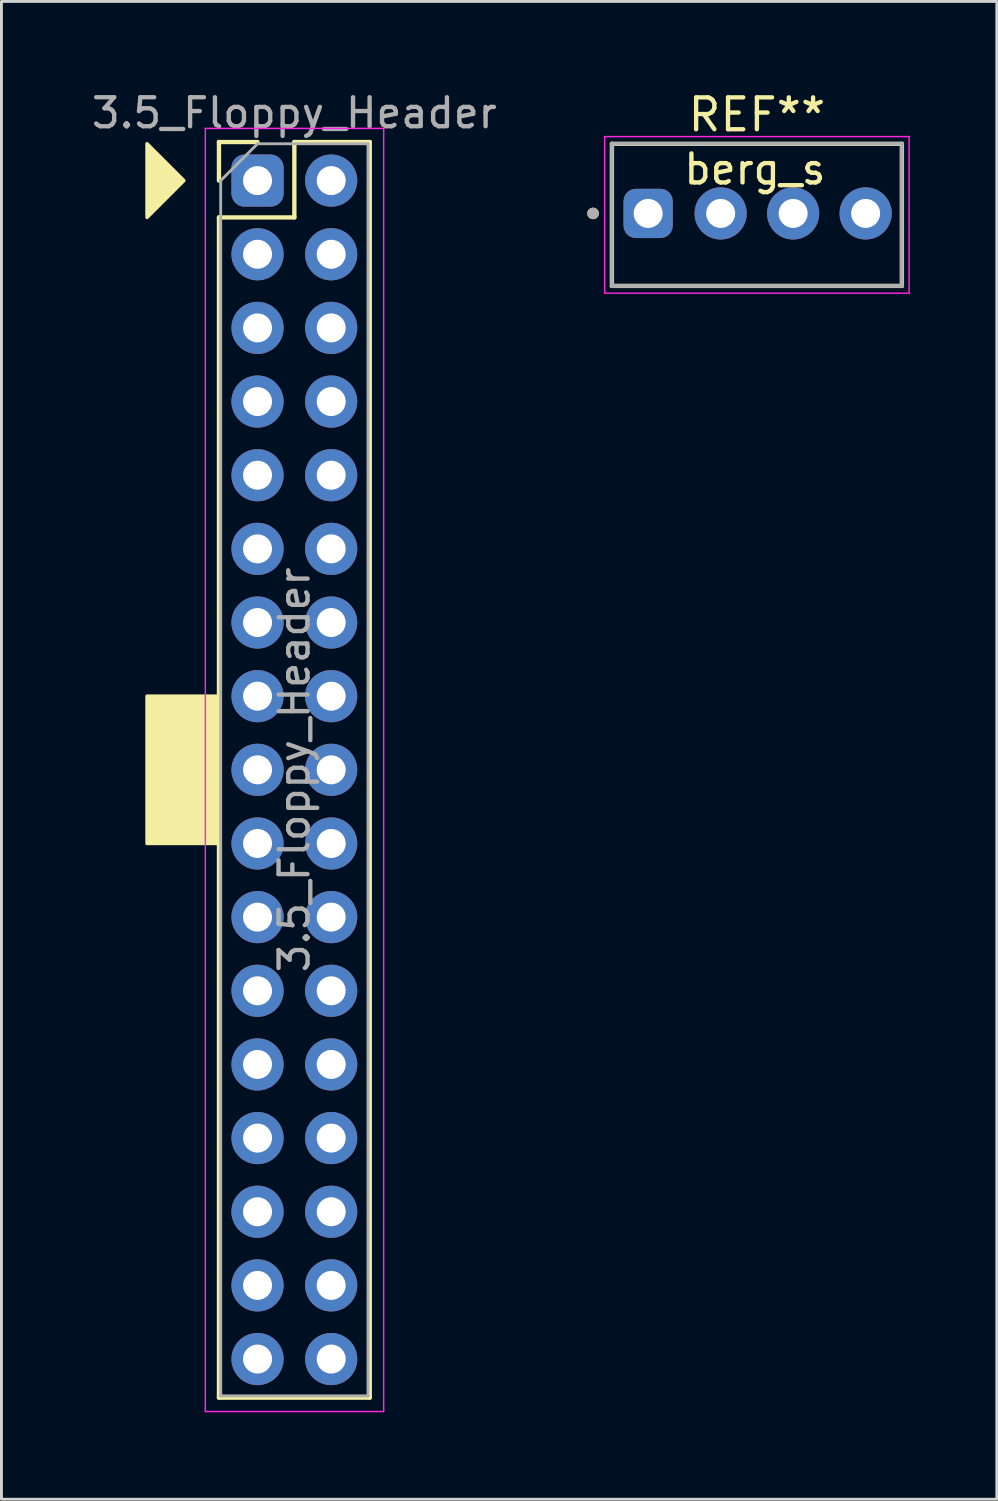
<source format=kicad_pcb>
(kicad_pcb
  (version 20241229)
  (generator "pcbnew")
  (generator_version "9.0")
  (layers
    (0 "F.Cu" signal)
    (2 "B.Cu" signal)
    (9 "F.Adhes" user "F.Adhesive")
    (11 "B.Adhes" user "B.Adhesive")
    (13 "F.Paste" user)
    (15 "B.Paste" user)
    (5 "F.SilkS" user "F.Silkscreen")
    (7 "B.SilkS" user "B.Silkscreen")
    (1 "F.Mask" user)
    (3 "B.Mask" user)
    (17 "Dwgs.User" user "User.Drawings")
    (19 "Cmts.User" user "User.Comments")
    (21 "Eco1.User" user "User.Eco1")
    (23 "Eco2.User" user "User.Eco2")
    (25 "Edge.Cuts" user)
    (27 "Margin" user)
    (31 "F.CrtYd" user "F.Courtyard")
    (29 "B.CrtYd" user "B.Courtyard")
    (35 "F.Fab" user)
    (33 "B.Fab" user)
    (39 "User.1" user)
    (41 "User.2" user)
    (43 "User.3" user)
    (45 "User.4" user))
  (footprint "3.5_Floppy_Header"
    (layer "F.Cu")
    (at 5.831 3.178)
    (property "Reference" "3.5_Floppy_Header" (at 1.27 -2.33 0) (layer "F.Fab") (effects (font (size 1 1) (thickness 0.15))))
    (attr through_hole)
    (fp_line (start -1.33 -1.33) (end 0 -1.33) (stroke (width 0.15) (type solid)) (layer "F.SilkS"))
    (fp_line (start -1.33 0) (end -1.33 -1.33) (stroke (width 0.15) (type solid)) (layer "F.SilkS"))
    (fp_line (start -1.33 1.27) (end -1.33 41.97) (stroke (width 0.15) (type solid)) (layer "F.SilkS"))
    (fp_line (start -1.33 1.27) (end 1.27 1.27) (stroke (width 0.15) (type solid)) (layer "F.SilkS"))
    (fp_line (start -1.33 41.97) (end 3.87 41.97) (stroke (width 0.15) (type solid)) (layer "F.SilkS"))
    (fp_line (start 1.27 -1.33) (end 3.87 -1.33) (stroke (width 0.15) (type solid)) (layer "F.SilkS"))
    (fp_line (start 1.27 1.27) (end 1.27 -1.33) (stroke (width 0.15) (type solid)) (layer "F.SilkS"))
    (fp_line (start 3.87 -1.33) (end 3.87 41.97) (stroke (width 0.15) (type solid)) (layer "F.SilkS"))
    (fp_poly (pts (xy -2.54 0) (xy -3.81 1.27) (xy -3.81 -1.27)) (stroke (width 0.12) (type solid)) (fill yes) (layer "F.SilkS"))
    (fp_poly (pts (xy -1.321 22.86) (xy -3.81 22.86) (xy -3.81 17.78) (xy -1.321 17.78)) (stroke (width 0.12) (type solid)) (fill yes) (layer "F.SilkS"))
    (fp_line (start -1.8 -1.8) (end -1.8 42.45) (stroke (width 0.05) (type solid)) (layer "F.CrtYd"))
    (fp_line (start -1.8 42.45) (end 4.35 42.45) (stroke (width 0.05) (type solid)) (layer "F.CrtYd"))
    (fp_line (start 4.35 -1.8) (end -1.8 -1.8) (stroke (width 0.05) (type solid)) (layer "F.CrtYd"))
    (fp_line (start 4.35 42.45) (end 4.35 -1.8) (stroke (width 0.05) (type solid)) (layer "F.CrtYd"))
    (fp_line (start -1.27 0) (end 0 -1.27) (stroke (width 0.1) (type solid)) (layer "F.Fab"))
    (fp_line (start -1.27 41.91) (end -1.27 0) (stroke (width 0.1) (type solid)) (layer "F.Fab"))
    (fp_line (start 0 -1.27) (end 3.81 -1.27) (stroke (width 0.1) (type solid)) (layer "F.Fab"))
    (fp_line (start 3.81 -1.27) (end 3.81 41.91) (stroke (width 0.1) (type solid)) (layer "F.Fab"))
    (fp_line (start 3.81 41.91) (end -1.27 41.91) (stroke (width 0.1) (type solid)) (layer "F.Fab"))
    (fp_text user "${REFERENCE}" (at 1.27 20.32 90) (layer "F.Fab") (effects (font (size 1 1) (thickness 0.15))))
    (pad "1" thru_hole roundrect (at 0 0) (size 1.8 1.8) (drill 1) (layers "*.Cu" "*.Mask") (roundrect_rratio 0.25))
    (pad "2" thru_hole oval (at 2.54 0) (size 1.8 1.8) (drill 1) (layers "*.Cu" "*.Mask"))
    (pad "3" thru_hole oval (at 0 2.54) (size 1.8 1.8) (drill 1) (layers "*.Cu" "*.Mask"))
    (pad "4" thru_hole oval (at 2.54 2.54) (size 1.8 1.8) (drill 1) (layers "*.Cu" "*.Mask"))
    (pad "5" thru_hole oval (at 0 5.08) (size 1.8 1.8) (drill 1) (layers "*.Cu" "*.Mask"))
    (pad "6" thru_hole oval (at 2.54 5.08) (size 1.8 1.8) (drill 1) (layers "*.Cu" "*.Mask"))
    (pad "7" thru_hole oval (at 0 7.62) (size 1.8 1.8) (drill 1) (layers "*.Cu" "*.Mask"))
    (pad "8" thru_hole oval (at 2.54 7.62) (size 1.8 1.8) (drill 1) (layers "*.Cu" "*.Mask"))
    (pad "9" thru_hole oval (at 0 10.16) (size 1.8 1.8) (drill 1) (layers "*.Cu" "*.Mask"))
    (pad "10" thru_hole oval (at 2.54 10.16) (size 1.8 1.8) (drill 1) (layers "*.Cu" "*.Mask"))
    (pad "11" thru_hole oval (at 0 12.7) (size 1.8 1.8) (drill 1) (layers "*.Cu" "*.Mask"))
    (pad "12" thru_hole oval (at 2.54 12.7) (size 1.8 1.8) (drill 1) (layers "*.Cu" "*.Mask"))
    (pad "13" thru_hole oval (at 0 15.24) (size 1.8 1.8) (drill 1) (layers "*.Cu" "*.Mask"))
    (pad "14" thru_hole oval (at 2.54 15.24) (size 1.8 1.8) (drill 1) (layers "*.Cu" "*.Mask"))
    (pad "15" thru_hole oval (at 0 17.78) (size 1.8 1.8) (drill 1) (layers "*.Cu" "*.Mask"))
    (pad "16" thru_hole oval (at 2.54 17.78) (size 1.8 1.8) (drill 1) (layers "*.Cu" "*.Mask"))
    (pad "17" thru_hole oval (at 0 20.32) (size 1.8 1.8) (drill 1) (layers "*.Cu" "*.Mask"))
    (pad "18" thru_hole oval (at 2.54 20.32) (size 1.8 1.8) (drill 1) (layers "*.Cu" "*.Mask"))
    (pad "19" thru_hole oval (at 0 22.86) (size 1.8 1.8) (drill 1) (layers "*.Cu" "*.Mask"))
    (pad "20" thru_hole oval (at 2.54 22.86) (size 1.8 1.8) (drill 1) (layers "*.Cu" "*.Mask"))
    (pad "21" thru_hole oval (at 0 25.4) (size 1.8 1.8) (drill 1) (layers "*.Cu" "*.Mask"))
    (pad "22" thru_hole oval (at 2.54 25.4) (size 1.8 1.8) (drill 1) (layers "*.Cu" "*.Mask"))
    (pad "23" thru_hole oval (at 0 27.94) (size 1.8 1.8) (drill 1) (layers "*.Cu" "*.Mask"))
    (pad "24" thru_hole oval (at 2.54 27.94) (size 1.8 1.8) (drill 1) (layers "*.Cu" "*.Mask"))
    (pad "25" thru_hole oval (at 0 30.48) (size 1.8 1.8) (drill 1) (layers "*.Cu" "*.Mask"))
    (pad "26" thru_hole oval (at 2.54 30.48) (size 1.8 1.8) (drill 1) (layers "*.Cu" "*.Mask"))
    (pad "27" thru_hole oval (at 0 33.02) (size 1.8 1.8) (drill 1) (layers "*.Cu" "*.Mask"))
    (pad "28" thru_hole oval (at 2.54 33.02) (size 1.8 1.8) (drill 1) (layers "*.Cu" "*.Mask"))
    (pad "29" thru_hole oval (at 0 35.56) (size 1.8 1.8) (drill 1) (layers "*.Cu" "*.Mask"))
    (pad "30" thru_hole oval (at 2.54 35.56) (size 1.8 1.8) (drill 1) (layers "*.Cu" "*.Mask"))
    (pad "31" thru_hole oval (at 0 38.1) (size 1.8 1.8) (drill 1) (layers "*.Cu" "*.Mask"))
    (pad "32" thru_hole oval (at 2.54 38.1) (size 1.8 1.8) (drill 1) (layers "*.Cu" "*.Mask"))
    (pad "33" thru_hole oval (at 0 40.64) (size 1.8 1.8) (drill 1) (layers "*.Cu" "*.Mask"))
    (pad "34" thru_hole oval (at 2.54 40.64) (size 1.8 1.8) (drill 1) (layers "*.Cu" "*.Mask")))
  (footprint "berg_s"
    (layer "F.Cu")
    (at 19.302 4.31)
    (property "Reference" "berg_s" (at 3.683 -1.524 0) (layer "F.SilkS") (effects (font (size 1 1) (thickness 0.15))))
    (attr through_hole)
    (fp_line (start -1.25 2.5) (end -1.25 -2.4) (stroke (width 0.15) (type solid)) (layer "F.SilkS"))
    (fp_line (start 8.75 -2.4) (end -1.25 -2.4) (stroke (width 0.15) (type solid)) (layer "F.SilkS"))
    (fp_line (start 8.75 -2.4) (end 8.75 2.5) (stroke (width 0.15) (type solid)) (layer "F.SilkS"))
    (fp_line (start 8.75 2.5) (end -1.25 2.5) (stroke (width 0.15) (type solid)) (layer "F.SilkS"))
    (fp_circle (center -1.9 0) (end -1.8 0) (stroke (width 0.2) (type solid)) (fill no) (layer "F.SilkS"))
    (fp_line (start -1.5 -2.65) (end 9 -2.65) (stroke (width 0.05) (type solid)) (layer "F.CrtYd"))
    (fp_line (start -1.5 2.75) (end -1.5 -2.65) (stroke (width 0.05) (type solid)) (layer "F.CrtYd"))
    (fp_line (start 9 -2.65) (end 9 2.75) (stroke (width 0.05) (type solid)) (layer "F.CrtYd"))
    (fp_line (start 9 2.75) (end -1.5 2.75) (stroke (width 0.05) (type solid)) (layer "F.CrtYd"))
    (fp_line (start -1.25 -2.4) (end 8.75 -2.4) (stroke (width 0.127) (type solid)) (layer "F.Fab"))
    (fp_line (start -1.25 2.5) (end -1.25 -2.4) (stroke (width 0.127) (type solid)) (layer "F.Fab"))
    (fp_line (start -1.25 2.5) (end -1.25 2.5) (stroke (width 0.127) (type solid)) (layer "F.Fab"))
    (fp_line (start -1.25 2.5) (end 8.75 2.5) (stroke (width 0.127) (type solid)) (layer "F.Fab"))
    (fp_line (start 8.75 -2.4) (end 8.75 2.5) (stroke (width 0.127) (type solid)) (layer "F.Fab"))
    (fp_line (start 8.75 2.5) (end -1.25 2.5) (stroke (width 0.127) (type solid)) (layer "F.Fab"))
    (fp_line (start 8.75 2.5) (end 8.75 2.5) (stroke (width 0.127) (type solid)) (layer "F.Fab"))
    (fp_circle (center -1.9 0) (end -1.8 0) (stroke (width 0.2) (type solid)) (fill no) (layer "F.Fab"))
    (fp_text user "REF**" (at 3.75 -3.404 0) (unlocked yes) (layer "F.SilkS") (effects (font (size 1.1 1.1) (thickness 0.15))))
    (pad "1" thru_hole roundrect (at 0 0) (size 1.7 1.7) (drill 1) (layers "*.Cu" "*.Mask") (roundrect_rratio 0.25))
    (pad "2" thru_hole circle (at 2.5 0) (size 1.8 1.8) (drill 1) (layers "*.Cu" "*.Mask"))
    (pad "3" thru_hole circle (at 5 0) (size 1.8 1.8) (drill 1) (layers "*.Cu" "*.Mask"))
    (pad "4" thru_hole circle (at 7.5 0) (size 1.8 1.8) (drill 1) (layers "*.Cu" "*.Mask")))
  (gr_rect
    (start -3 -3)
    (end 31.327 48.653)
    (stroke (width 0.1) (type default))
    (fill no)
    (layer "Edge.Cuts")))
</source>
